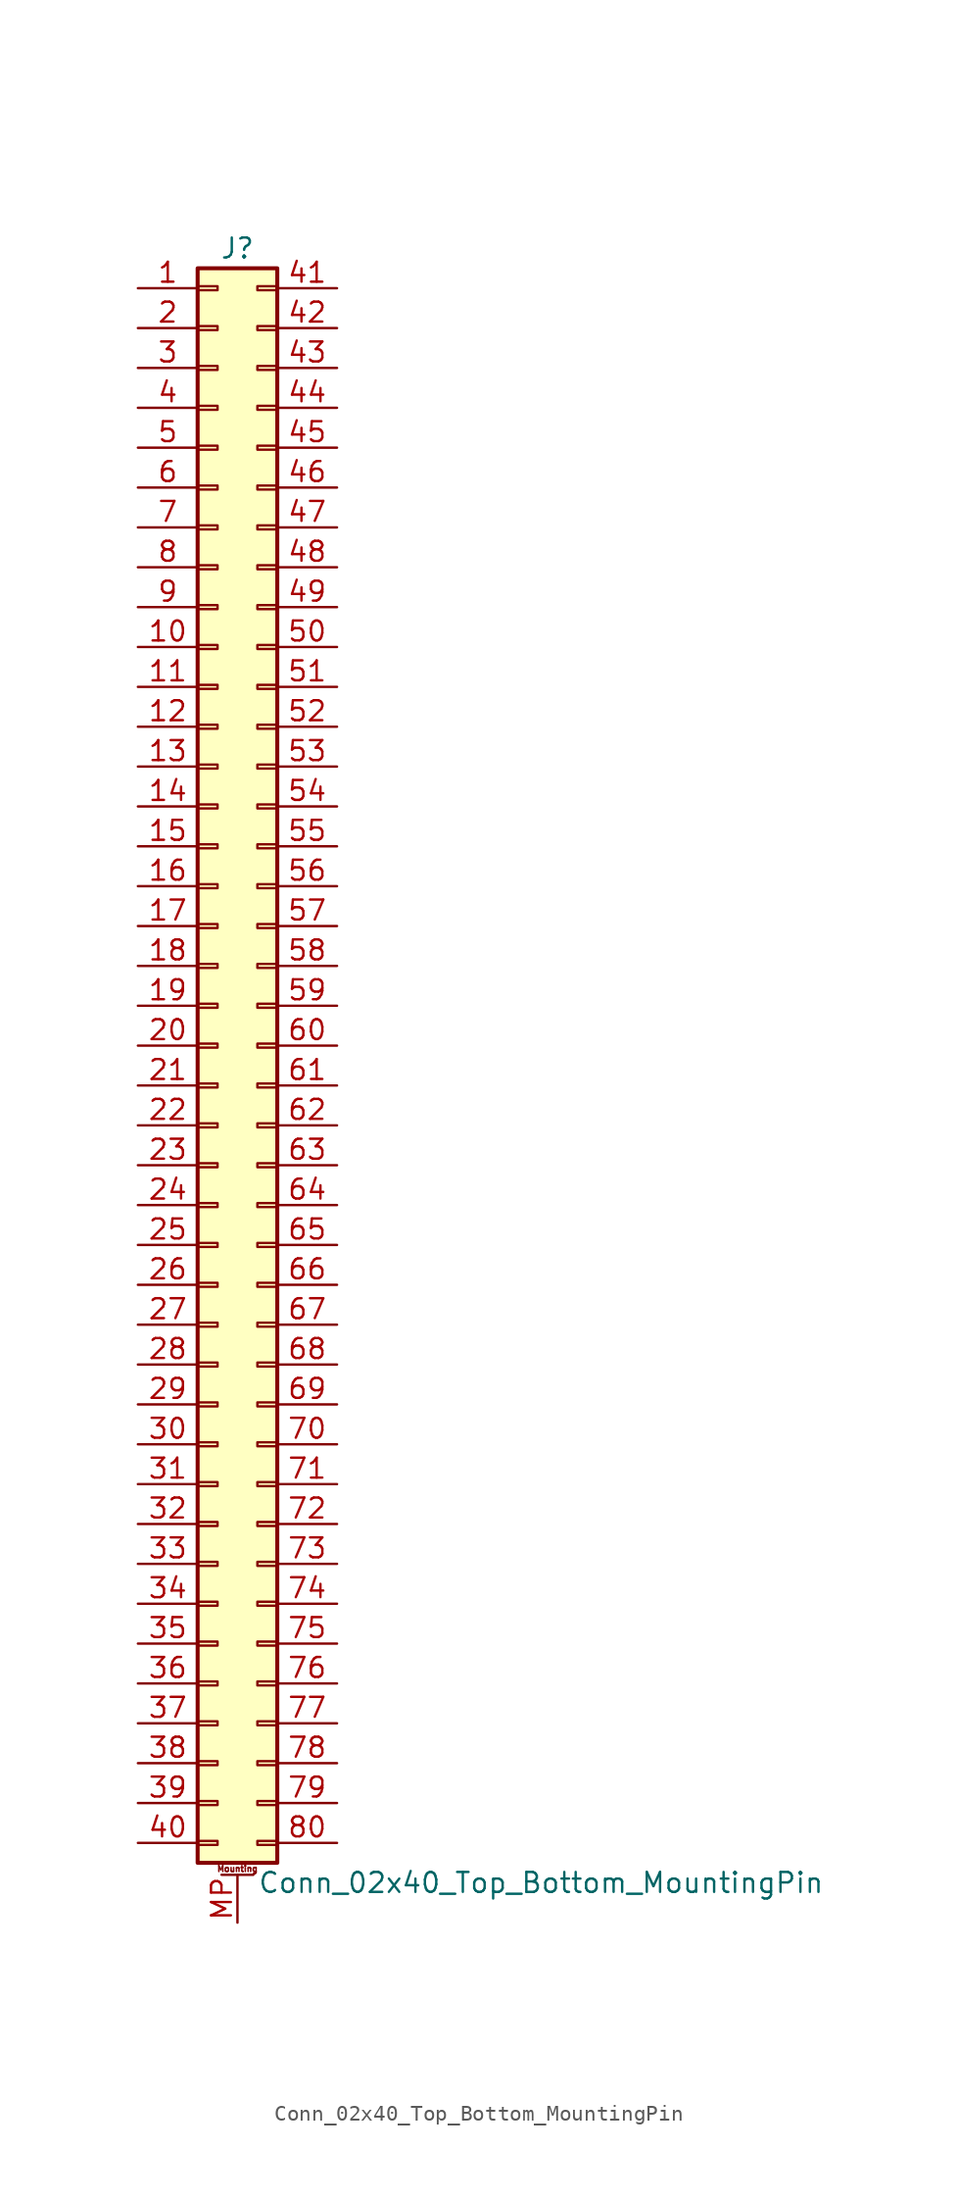
<source format=kicad_sym>
(kicad_symbol_lib
  (version 20201005)
  (generator kicad_symbol_editor)
  (symbol "Conn_02x40_Top_Bottom_MountingPin"
    (pin_names
      (offset 1.016) hide)
    (property "Reference" "J"
      (at 1.27 50.8 0)
      (effects (font (size 1.27 1.27))))
    (property "Value" "Conn_02x40_Top_Bottom_MountingPin"
      (at 2.54 -53.34 0)
      (effects (font (size 1.27 1.27)) (justify left)))
    (symbol "Conn_02x40_Top_Bottom_MountingPin_1_1"
      (text "Mounting" (at 1.27 -52.451 0) (effects (font (size 0.381 0.381))))
      (rectangle (start -1.27 -50.673) (end 0 -50.927) (stroke (width 0.152)) (fill (type none)))
      (rectangle (start -1.27 -48.133) (end 0 -48.387) (stroke (width 0.152)) (fill (type none)))
      (rectangle (start -1.27 -45.593) (end 0 -45.847) (stroke (width 0.152)) (fill (type none)))
      (rectangle (start -1.27 -43.053) (end 0 -43.307) (stroke (width 0.152)) (fill (type none)))
      (rectangle (start -1.27 -40.513) (end 0 -40.767) (stroke (width 0.152)) (fill (type none)))
      (rectangle (start -1.27 -37.973) (end 0 -38.227) (stroke (width 0.152)) (fill (type none)))
      (rectangle (start -1.27 -35.433) (end 0 -35.687) (stroke (width 0.152)) (fill (type none)))
      (rectangle (start -1.27 -32.893) (end 0 -33.147) (stroke (width 0.152)) (fill (type none)))
      (rectangle (start -1.27 -30.353) (end 0 -30.607) (stroke (width 0.152)) (fill (type none)))
      (rectangle (start -1.27 -27.813) (end 0 -28.067) (stroke (width 0.152)) (fill (type none)))
      (rectangle (start -1.27 -25.273) (end 0 -25.527) (stroke (width 0.152)) (fill (type none)))
      (rectangle (start -1.27 -22.733) (end 0 -22.987) (stroke (width 0.152)) (fill (type none)))
      (rectangle (start -1.27 -20.193) (end 0 -20.447) (stroke (width 0.152)) (fill (type none)))
      (rectangle (start -1.27 -17.653) (end 0 -17.907) (stroke (width 0.152)) (fill (type none)))
      (rectangle (start -1.27 -15.113) (end 0 -15.367) (stroke (width 0.152)) (fill (type none)))
      (rectangle (start -1.27 -12.573) (end 0 -12.827) (stroke (width 0.152)) (fill (type none)))
      (rectangle (start -1.27 -10.033) (end 0 -10.287) (stroke (width 0.152)) (fill (type none)))
      (rectangle (start -1.27 -7.493) (end 0 -7.747) (stroke (width 0.152)) (fill (type none)))
      (rectangle (start -1.27 -4.953) (end 0 -5.207) (stroke (width 0.152)) (fill (type none)))
      (rectangle (start -1.27 -2.413) (end 0 -2.667) (stroke (width 0.152)) (fill (type none)))
      (rectangle (start -1.27 0.127) (end 0 -0.127) (stroke (width 0.152)) (fill (type none)))
      (rectangle (start -1.27 2.667) (end 0 2.413) (stroke (width 0.152)) (fill (type none)))
      (rectangle (start -1.27 5.207) (end 0 4.953) (stroke (width 0.152)) (fill (type none)))
      (rectangle (start -1.27 7.747) (end 0 7.493) (stroke (width 0.152)) (fill (type none)))
      (rectangle (start -1.27 10.287) (end 0 10.033) (stroke (width 0.152)) (fill (type none)))
      (rectangle (start -1.27 12.827) (end 0 12.573) (stroke (width 0.152)) (fill (type none)))
      (rectangle (start -1.27 15.367) (end 0 15.113) (stroke (width 0.152)) (fill (type none)))
      (rectangle (start -1.27 17.907) (end 0 17.653) (stroke (width 0.152)) (fill (type none)))
      (rectangle (start -1.27 20.447) (end 0 20.193) (stroke (width 0.152)) (fill (type none)))
      (rectangle (start -1.27 22.987) (end 0 22.733) (stroke (width 0.152)) (fill (type none)))
      (rectangle (start -1.27 25.527) (end 0 25.273) (stroke (width 0.152)) (fill (type none)))
      (rectangle (start -1.27 28.067) (end 0 27.813) (stroke (width 0.152)) (fill (type none)))
      (rectangle (start -1.27 30.607) (end 0 30.353) (stroke (width 0.152)) (fill (type none)))
      (rectangle (start -1.27 33.147) (end 0 32.893) (stroke (width 0.152)) (fill (type none)))
      (rectangle (start -1.27 35.687) (end 0 35.433) (stroke (width 0.152)) (fill (type none)))
      (rectangle (start -1.27 38.227) (end 0 37.973) (stroke (width 0.152)) (fill (type none)))
      (rectangle (start -1.27 40.767) (end 0 40.513) (stroke (width 0.152)) (fill (type none)))
      (rectangle (start -1.27 43.307) (end 0 43.053) (stroke (width 0.152)) (fill (type none)))
      (rectangle (start -1.27 45.847) (end 0 45.593) (stroke (width 0.152)) (fill (type none)))
      (rectangle (start -1.27 48.387) (end 0 48.133) (stroke (width 0.152)) (fill (type none)))
      (rectangle (start -1.27 49.53) (end 3.81 -52.07) (stroke (width 0.254)) (fill (type background)))
      (rectangle (start 3.81 -50.673) (end 2.54 -50.927) (stroke (width 0.152)) (fill (type none)))
      (rectangle (start 3.81 -48.133) (end 2.54 -48.387) (stroke (width 0.152)) (fill (type none)))
      (rectangle (start 3.81 -45.593) (end 2.54 -45.847) (stroke (width 0.152)) (fill (type none)))
      (rectangle (start 3.81 -43.053) (end 2.54 -43.307) (stroke (width 0.152)) (fill (type none)))
      (rectangle (start 3.81 -40.513) (end 2.54 -40.767) (stroke (width 0.152)) (fill (type none)))
      (rectangle (start 3.81 -37.973) (end 2.54 -38.227) (stroke (width 0.152)) (fill (type none)))
      (rectangle (start 3.81 -35.433) (end 2.54 -35.687) (stroke (width 0.152)) (fill (type none)))
      (rectangle (start 3.81 -32.893) (end 2.54 -33.147) (stroke (width 0.152)) (fill (type none)))
      (rectangle (start 3.81 -30.353) (end 2.54 -30.607) (stroke (width 0.152)) (fill (type none)))
      (rectangle (start 3.81 -27.813) (end 2.54 -28.067) (stroke (width 0.152)) (fill (type none)))
      (rectangle (start 3.81 -25.273) (end 2.54 -25.527) (stroke (width 0.152)) (fill (type none)))
      (rectangle (start 3.81 -22.733) (end 2.54 -22.987) (stroke (width 0.152)) (fill (type none)))
      (rectangle (start 3.81 -20.193) (end 2.54 -20.447) (stroke (width 0.152)) (fill (type none)))
      (rectangle (start 3.81 -17.653) (end 2.54 -17.907) (stroke (width 0.152)) (fill (type none)))
      (rectangle (start 3.81 -15.113) (end 2.54 -15.367) (stroke (width 0.152)) (fill (type none)))
      (rectangle (start 3.81 -12.573) (end 2.54 -12.827) (stroke (width 0.152)) (fill (type none)))
      (rectangle (start 3.81 -10.033) (end 2.54 -10.287) (stroke (width 0.152)) (fill (type none)))
      (rectangle (start 3.81 -7.493) (end 2.54 -7.747) (stroke (width 0.152)) (fill (type none)))
      (rectangle (start 3.81 -4.953) (end 2.54 -5.207) (stroke (width 0.152)) (fill (type none)))
      (rectangle (start 3.81 -2.413) (end 2.54 -2.667) (stroke (width 0.152)) (fill (type none)))
      (rectangle (start 3.81 0.127) (end 2.54 -0.127) (stroke (width 0.152)) (fill (type none)))
      (rectangle (start 3.81 2.667) (end 2.54 2.413) (stroke (width 0.152)) (fill (type none)))
      (rectangle (start 3.81 5.207) (end 2.54 4.953) (stroke (width 0.152)) (fill (type none)))
      (rectangle (start 3.81 7.747) (end 2.54 7.493) (stroke (width 0.152)) (fill (type none)))
      (rectangle (start 3.81 10.287) (end 2.54 10.033) (stroke (width 0.152)) (fill (type none)))
      (rectangle (start 3.81 12.827) (end 2.54 12.573) (stroke (width 0.152)) (fill (type none)))
      (rectangle (start 3.81 15.367) (end 2.54 15.113) (stroke (width 0.152)) (fill (type none)))
      (rectangle (start 3.81 17.907) (end 2.54 17.653) (stroke (width 0.152)) (fill (type none)))
      (rectangle (start 3.81 20.447) (end 2.54 20.193) (stroke (width 0.152)) (fill (type none)))
      (rectangle (start 3.81 22.987) (end 2.54 22.733) (stroke (width 0.152)) (fill (type none)))
      (rectangle (start 3.81 25.527) (end 2.54 25.273) (stroke (width 0.152)) (fill (type none)))
      (rectangle (start 3.81 28.067) (end 2.54 27.813) (stroke (width 0.152)) (fill (type none)))
      (rectangle (start 3.81 30.607) (end 2.54 30.353) (stroke (width 0.152)) (fill (type none)))
      (rectangle (start 3.81 33.147) (end 2.54 32.893) (stroke (width 0.152)) (fill (type none)))
      (rectangle (start 3.81 35.687) (end 2.54 35.433) (stroke (width 0.152)) (fill (type none)))
      (rectangle (start 3.81 38.227) (end 2.54 37.973) (stroke (width 0.152)) (fill (type none)))
      (rectangle (start 3.81 40.767) (end 2.54 40.513) (stroke (width 0.152)) (fill (type none)))
      (rectangle (start 3.81 43.307) (end 2.54 43.053) (stroke (width 0.152)) (fill (type none)))
      (rectangle (start 3.81 45.847) (end 2.54 45.593) (stroke (width 0.152)) (fill (type none)))
      (rectangle (start 3.81 48.387) (end 2.54 48.133) (stroke (width 0.152)) (fill (type none)))
      (polyline (pts (xy 0.254 -52.832) (xy 2.286 -52.832)) (stroke (width 0.152)) (fill (type none)))
      (pin passive line (at -5.08 48.26 0) (length 3.81) (name "Pin_1" (effects (font (size 1.27 1.27)))) (number "1" (effects (font (size 1.27 1.27)))))
      (pin passive line (at -5.08 25.4 0) (length 3.81) (name "Pin_10" (effects (font (size 1.27 1.27)))) (number "10" (effects (font (size 1.27 1.27)))))
      (pin passive line (at -5.08 22.86 0) (length 3.81) (name "Pin_11" (effects (font (size 1.27 1.27)))) (number "11" (effects (font (size 1.27 1.27)))))
      (pin passive line (at -5.08 20.32 0) (length 3.81) (name "Pin_12" (effects (font (size 1.27 1.27)))) (number "12" (effects (font (size 1.27 1.27)))))
      (pin passive line (at -5.08 17.78 0) (length 3.81) (name "Pin_13" (effects (font (size 1.27 1.27)))) (number "13" (effects (font (size 1.27 1.27)))))
      (pin passive line (at -5.08 15.24 0) (length 3.81) (name "Pin_14" (effects (font (size 1.27 1.27)))) (number "14" (effects (font (size 1.27 1.27)))))
      (pin passive line (at -5.08 12.7 0) (length 3.81) (name "Pin_15" (effects (font (size 1.27 1.27)))) (number "15" (effects (font (size 1.27 1.27)))))
      (pin passive line (at -5.08 10.16 0) (length 3.81) (name "Pin_16" (effects (font (size 1.27 1.27)))) (number "16" (effects (font (size 1.27 1.27)))))
      (pin passive line (at -5.08 7.62 0) (length 3.81) (name "Pin_17" (effects (font (size 1.27 1.27)))) (number "17" (effects (font (size 1.27 1.27)))))
      (pin passive line (at -5.08 5.08 0) (length 3.81) (name "Pin_18" (effects (font (size 1.27 1.27)))) (number "18" (effects (font (size 1.27 1.27)))))
      (pin passive line (at -5.08 2.54 0) (length 3.81) (name "Pin_19" (effects (font (size 1.27 1.27)))) (number "19" (effects (font (size 1.27 1.27)))))
      (pin passive line (at -5.08 45.72 0) (length 3.81) (name "Pin_2" (effects (font (size 1.27 1.27)))) (number "2" (effects (font (size 1.27 1.27)))))
      (pin passive line (at -5.08 0 0) (length 3.81) (name "Pin_20" (effects (font (size 1.27 1.27)))) (number "20" (effects (font (size 1.27 1.27)))))
      (pin passive line (at -5.08 -2.54 0) (length 3.81) (name "Pin_21" (effects (font (size 1.27 1.27)))) (number "21" (effects (font (size 1.27 1.27)))))
      (pin passive line (at -5.08 -5.08 0) (length 3.81) (name "Pin_22" (effects (font (size 1.27 1.27)))) (number "22" (effects (font (size 1.27 1.27)))))
      (pin passive line (at -5.08 -7.62 0) (length 3.81) (name "Pin_23" (effects (font (size 1.27 1.27)))) (number "23" (effects (font (size 1.27 1.27)))))
      (pin passive line (at -5.08 -10.16 0) (length 3.81) (name "Pin_24" (effects (font (size 1.27 1.27)))) (number "24" (effects (font (size 1.27 1.27)))))
      (pin passive line (at -5.08 -12.7 0) (length 3.81) (name "Pin_25" (effects (font (size 1.27 1.27)))) (number "25" (effects (font (size 1.27 1.27)))))
      (pin passive line (at -5.08 -15.24 0) (length 3.81) (name "Pin_26" (effects (font (size 1.27 1.27)))) (number "26" (effects (font (size 1.27 1.27)))))
      (pin passive line (at -5.08 -17.78 0) (length 3.81) (name "Pin_27" (effects (font (size 1.27 1.27)))) (number "27" (effects (font (size 1.27 1.27)))))
      (pin passive line (at -5.08 -20.32 0) (length 3.81) (name "Pin_28" (effects (font (size 1.27 1.27)))) (number "28" (effects (font (size 1.27 1.27)))))
      (pin passive line (at -5.08 -22.86 0) (length 3.81) (name "Pin_29" (effects (font (size 1.27 1.27)))) (number "29" (effects (font (size 1.27 1.27)))))
      (pin passive line (at -5.08 43.18 0) (length 3.81) (name "Pin_3" (effects (font (size 1.27 1.27)))) (number "3" (effects (font (size 1.27 1.27)))))
      (pin passive line (at -5.08 -25.4 0) (length 3.81) (name "Pin_30" (effects (font (size 1.27 1.27)))) (number "30" (effects (font (size 1.27 1.27)))))
      (pin passive line (at -5.08 -27.94 0) (length 3.81) (name "Pin_31" (effects (font (size 1.27 1.27)))) (number "31" (effects (font (size 1.27 1.27)))))
      (pin passive line (at -5.08 -30.48 0) (length 3.81) (name "Pin_32" (effects (font (size 1.27 1.27)))) (number "32" (effects (font (size 1.27 1.27)))))
      (pin passive line (at -5.08 -33.02 0) (length 3.81) (name "Pin_33" (effects (font (size 1.27 1.27)))) (number "33" (effects (font (size 1.27 1.27)))))
      (pin passive line (at -5.08 -35.56 0) (length 3.81) (name "Pin_34" (effects (font (size 1.27 1.27)))) (number "34" (effects (font (size 1.27 1.27)))))
      (pin passive line (at -5.08 -38.1 0) (length 3.81) (name "Pin_35" (effects (font (size 1.27 1.27)))) (number "35" (effects (font (size 1.27 1.27)))))
      (pin passive line (at -5.08 -40.64 0) (length 3.81) (name "Pin_36" (effects (font (size 1.27 1.27)))) (number "36" (effects (font (size 1.27 1.27)))))
      (pin passive line (at -5.08 -43.18 0) (length 3.81) (name "Pin_37" (effects (font (size 1.27 1.27)))) (number "37" (effects (font (size 1.27 1.27)))))
      (pin passive line (at -5.08 -45.72 0) (length 3.81) (name "Pin_38" (effects (font (size 1.27 1.27)))) (number "38" (effects (font (size 1.27 1.27)))))
      (pin passive line (at -5.08 -48.26 0) (length 3.81) (name "Pin_39" (effects (font (size 1.27 1.27)))) (number "39" (effects (font (size 1.27 1.27)))))
      (pin passive line (at -5.08 40.64 0) (length 3.81) (name "Pin_4" (effects (font (size 1.27 1.27)))) (number "4" (effects (font (size 1.27 1.27)))))
      (pin passive line (at -5.08 -50.8 0) (length 3.81) (name "Pin_40" (effects (font (size 1.27 1.27)))) (number "40" (effects (font (size 1.27 1.27)))))
      (pin passive line (at 7.62 48.26 180) (length 3.81) (name "Pin_41" (effects (font (size 1.27 1.27)))) (number "41" (effects (font (size 1.27 1.27)))))
      (pin passive line (at 7.62 45.72 180) (length 3.81) (name "Pin_42" (effects (font (size 1.27 1.27)))) (number "42" (effects (font (size 1.27 1.27)))))
      (pin passive line (at 7.62 43.18 180) (length 3.81) (name "Pin_43" (effects (font (size 1.27 1.27)))) (number "43" (effects (font (size 1.27 1.27)))))
      (pin passive line (at 7.62 40.64 180) (length 3.81) (name "Pin_44" (effects (font (size 1.27 1.27)))) (number "44" (effects (font (size 1.27 1.27)))))
      (pin passive line (at 7.62 38.1 180) (length 3.81) (name "Pin_45" (effects (font (size 1.27 1.27)))) (number "45" (effects (font (size 1.27 1.27)))))
      (pin passive line (at 7.62 35.56 180) (length 3.81) (name "Pin_46" (effects (font (size 1.27 1.27)))) (number "46" (effects (font (size 1.27 1.27)))))
      (pin passive line (at 7.62 33.02 180) (length 3.81) (name "Pin_47" (effects (font (size 1.27 1.27)))) (number "47" (effects (font (size 1.27 1.27)))))
      (pin passive line (at 7.62 30.48 180) (length 3.81) (name "Pin_48" (effects (font (size 1.27 1.27)))) (number "48" (effects (font (size 1.27 1.27)))))
      (pin passive line (at 7.62 27.94 180) (length 3.81) (name "Pin_49" (effects (font (size 1.27 1.27)))) (number "49" (effects (font (size 1.27 1.27)))))
      (pin passive line (at -5.08 38.1 0) (length 3.81) (name "Pin_5" (effects (font (size 1.27 1.27)))) (number "5" (effects (font (size 1.27 1.27)))))
      (pin passive line (at 7.62 25.4 180) (length 3.81) (name "Pin_50" (effects (font (size 1.27 1.27)))) (number "50" (effects (font (size 1.27 1.27)))))
      (pin passive line (at 7.62 22.86 180) (length 3.81) (name "Pin_51" (effects (font (size 1.27 1.27)))) (number "51" (effects (font (size 1.27 1.27)))))
      (pin passive line (at 7.62 20.32 180) (length 3.81) (name "Pin_52" (effects (font (size 1.27 1.27)))) (number "52" (effects (font (size 1.27 1.27)))))
      (pin passive line (at 7.62 17.78 180) (length 3.81) (name "Pin_53" (effects (font (size 1.27 1.27)))) (number "53" (effects (font (size 1.27 1.27)))))
      (pin passive line (at 7.62 15.24 180) (length 3.81) (name "Pin_54" (effects (font (size 1.27 1.27)))) (number "54" (effects (font (size 1.27 1.27)))))
      (pin passive line (at 7.62 12.7 180) (length 3.81) (name "Pin_55" (effects (font (size 1.27 1.27)))) (number "55" (effects (font (size 1.27 1.27)))))
      (pin passive line (at 7.62 10.16 180) (length 3.81) (name "Pin_56" (effects (font (size 1.27 1.27)))) (number "56" (effects (font (size 1.27 1.27)))))
      (pin passive line (at 7.62 7.62 180) (length 3.81) (name "Pin_57" (effects (font (size 1.27 1.27)))) (number "57" (effects (font (size 1.27 1.27)))))
      (pin passive line (at 7.62 5.08 180) (length 3.81) (name "Pin_58" (effects (font (size 1.27 1.27)))) (number "58" (effects (font (size 1.27 1.27)))))
      (pin passive line (at 7.62 2.54 180) (length 3.81) (name "Pin_59" (effects (font (size 1.27 1.27)))) (number "59" (effects (font (size 1.27 1.27)))))
      (pin passive line (at -5.08 35.56 0) (length 3.81) (name "Pin_6" (effects (font (size 1.27 1.27)))) (number "6" (effects (font (size 1.27 1.27)))))
      (pin passive line (at 7.62 0 180) (length 3.81) (name "Pin_60" (effects (font (size 1.27 1.27)))) (number "60" (effects (font (size 1.27 1.27)))))
      (pin passive line (at 7.62 -2.54 180) (length 3.81) (name "Pin_61" (effects (font (size 1.27 1.27)))) (number "61" (effects (font (size 1.27 1.27)))))
      (pin passive line (at 7.62 -5.08 180) (length 3.81) (name "Pin_62" (effects (font (size 1.27 1.27)))) (number "62" (effects (font (size 1.27 1.27)))))
      (pin passive line (at 7.62 -7.62 180) (length 3.81) (name "Pin_63" (effects (font (size 1.27 1.27)))) (number "63" (effects (font (size 1.27 1.27)))))
      (pin passive line (at 7.62 -10.16 180) (length 3.81) (name "Pin_64" (effects (font (size 1.27 1.27)))) (number "64" (effects (font (size 1.27 1.27)))))
      (pin passive line (at 7.62 -12.7 180) (length 3.81) (name "Pin_65" (effects (font (size 1.27 1.27)))) (number "65" (effects (font (size 1.27 1.27)))))
      (pin passive line (at 7.62 -15.24 180) (length 3.81) (name "Pin_66" (effects (font (size 1.27 1.27)))) (number "66" (effects (font (size 1.27 1.27)))))
      (pin passive line (at 7.62 -17.78 180) (length 3.81) (name "Pin_67" (effects (font (size 1.27 1.27)))) (number "67" (effects (font (size 1.27 1.27)))))
      (pin passive line (at 7.62 -20.32 180) (length 3.81) (name "Pin_68" (effects (font (size 1.27 1.27)))) (number "68" (effects (font (size 1.27 1.27)))))
      (pin passive line (at 7.62 -22.86 180) (length 3.81) (name "Pin_69" (effects (font (size 1.27 1.27)))) (number "69" (effects (font (size 1.27 1.27)))))
      (pin passive line (at -5.08 33.02 0) (length 3.81) (name "Pin_7" (effects (font (size 1.27 1.27)))) (number "7" (effects (font (size 1.27 1.27)))))
      (pin passive line (at 7.62 -25.4 180) (length 3.81) (name "Pin_70" (effects (font (size 1.27 1.27)))) (number "70" (effects (font (size 1.27 1.27)))))
      (pin passive line (at 7.62 -27.94 180) (length 3.81) (name "Pin_71" (effects (font (size 1.27 1.27)))) (number "71" (effects (font (size 1.27 1.27)))))
      (pin passive line (at 7.62 -30.48 180) (length 3.81) (name "Pin_72" (effects (font (size 1.27 1.27)))) (number "72" (effects (font (size 1.27 1.27)))))
      (pin passive line (at 7.62 -33.02 180) (length 3.81) (name "Pin_73" (effects (font (size 1.27 1.27)))) (number "73" (effects (font (size 1.27 1.27)))))
      (pin passive line (at 7.62 -35.56 180) (length 3.81) (name "Pin_74" (effects (font (size 1.27 1.27)))) (number "74" (effects (font (size 1.27 1.27)))))
      (pin passive line (at 7.62 -38.1 180) (length 3.81) (name "Pin_75" (effects (font (size 1.27 1.27)))) (number "75" (effects (font (size 1.27 1.27)))))
      (pin passive line (at 7.62 -40.64 180) (length 3.81) (name "Pin_76" (effects (font (size 1.27 1.27)))) (number "76" (effects (font (size 1.27 1.27)))))
      (pin passive line (at 7.62 -43.18 180) (length 3.81) (name "Pin_77" (effects (font (size 1.27 1.27)))) (number "77" (effects (font (size 1.27 1.27)))))
      (pin passive line (at 7.62 -45.72 180) (length 3.81) (name "Pin_78" (effects (font (size 1.27 1.27)))) (number "78" (effects (font (size 1.27 1.27)))))
      (pin passive line (at 7.62 -48.26 180) (length 3.81) (name "Pin_79" (effects (font (size 1.27 1.27)))) (number "79" (effects (font (size 1.27 1.27)))))
      (pin passive line (at -5.08 30.48 0) (length 3.81) (name "Pin_8" (effects (font (size 1.27 1.27)))) (number "8" (effects (font (size 1.27 1.27)))))
      (pin passive line (at 7.62 -50.8 180) (length 3.81) (name "Pin_80" (effects (font (size 1.27 1.27)))) (number "80" (effects (font (size 1.27 1.27)))))
      (pin passive line (at -5.08 27.94 0) (length 3.81) (name "Pin_9" (effects (font (size 1.27 1.27)))) (number "9" (effects (font (size 1.27 1.27)))))
      (pin passive line (at 1.27 -55.88 90) (length 3.048) (name "MountPin" (effects (font (size 1.27 1.27)))) (number "MP" (effects (font (size 1.27 1.27))))))))
</source>
